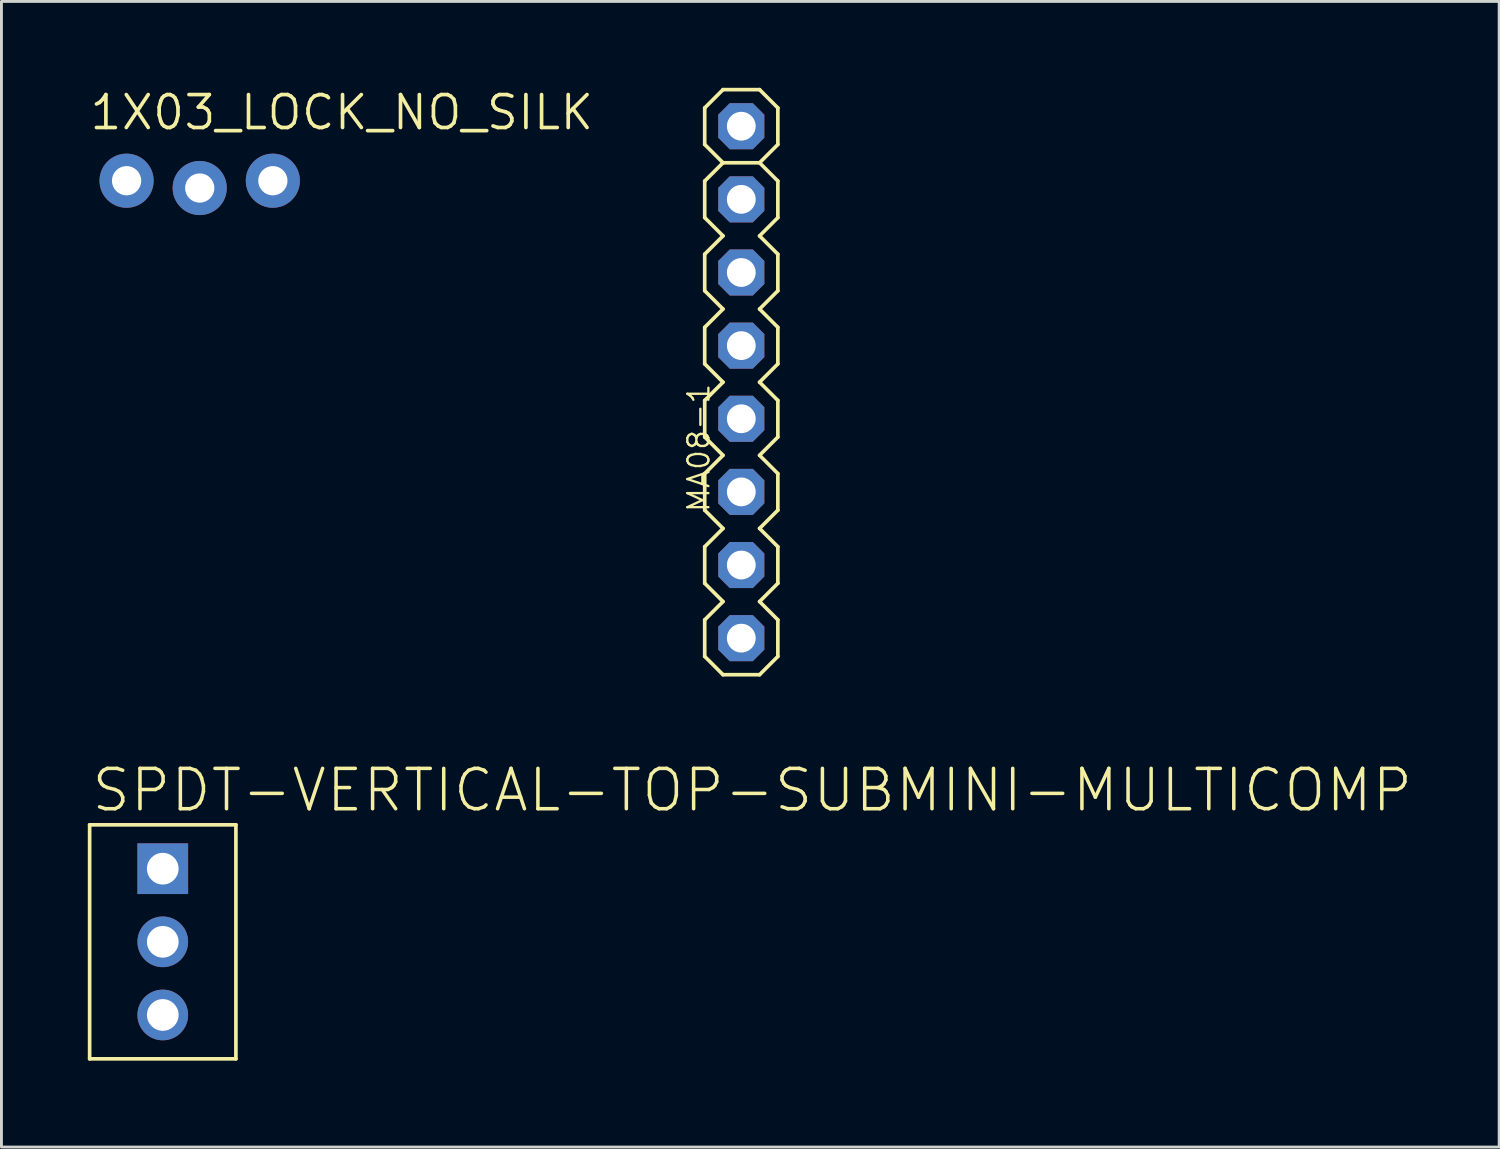
<source format=kicad_pcb>
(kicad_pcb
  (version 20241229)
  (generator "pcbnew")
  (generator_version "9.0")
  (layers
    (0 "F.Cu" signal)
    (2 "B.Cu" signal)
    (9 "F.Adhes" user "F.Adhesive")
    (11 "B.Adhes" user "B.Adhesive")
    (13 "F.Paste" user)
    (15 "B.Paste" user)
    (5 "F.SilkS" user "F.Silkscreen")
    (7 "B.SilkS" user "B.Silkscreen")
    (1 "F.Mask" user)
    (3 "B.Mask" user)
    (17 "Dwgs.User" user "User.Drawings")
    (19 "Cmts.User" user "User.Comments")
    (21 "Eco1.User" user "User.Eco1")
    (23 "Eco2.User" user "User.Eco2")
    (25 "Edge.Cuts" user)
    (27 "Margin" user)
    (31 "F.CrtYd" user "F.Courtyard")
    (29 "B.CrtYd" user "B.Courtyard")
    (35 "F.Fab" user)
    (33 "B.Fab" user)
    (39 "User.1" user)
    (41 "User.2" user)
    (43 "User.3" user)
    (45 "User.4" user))
  (footprint "1X03_LOCK_NO_SILK"
    (layer "F.Cu")
    (at 1.346 3.353)
    (property "Reference" "1X03_LOCK_NO_SILK" (at -1.346 -1.829 0) (layer "F.SilkS") (effects (font (size 1.143 1.143) (thickness 0.127)) (justify left bottom)))
    (fp_poly (pts (xy -0.254 0.254) (xy 0.254 0.254) (xy 0.254 -0.254) (xy -0.254 -0.254)) (stroke (width 0.1) (type solid)) (fill no) (layer "F.Fab"))
    (fp_poly (pts (xy 2.286 0.254) (xy 2.794 0.254) (xy 2.794 -0.254) (xy 2.286 -0.254)) (stroke (width 0.1) (type solid)) (fill no) (layer "F.Fab"))
    (fp_poly (pts (xy 4.826 0.254) (xy 5.334 0.254) (xy 5.334 -0.254) (xy 4.826 -0.254)) (stroke (width 0.1) (type solid)) (fill no) (layer "F.Fab"))
    (pad "1" thru_hole circle (at 0 -0.127 90) (size 1.88 1.88) (drill 1.016) (layers "*.Cu" "*.Mask"))
    (pad "2" thru_hole circle (at 2.54 0.127 90) (size 1.88 1.88) (drill 1.016) (layers "*.Cu" "*.Mask"))
    (pad "3" thru_hole circle (at 5.08 -0.127 90) (size 1.88 1.88) (drill 1.016) (layers "*.Cu" "*.Mask")))
  (footprint "SPDT-VERTICAL-TOP-SUBMINI-MULTICOMP"
    (layer "F.Cu")
    (at 2.603 29.66)
    (property "Reference" "SPDT-VERTICAL-TOP-SUBMINI-MULTICOMP" (at -2.54 -4.445 0) (layer "F.SilkS") (effects (font (size 1.402 1.402) (thickness 0.122)) (justify left bottom)))
    (fp_line (start -2.54 -4.064) (end -2.54 4.064) (stroke (width 0.127) (type solid)) (layer "F.SilkS"))
    (fp_line (start -2.54 4.064) (end 2.54 4.064) (stroke (width 0.127) (type solid)) (layer "F.SilkS"))
    (fp_line (start 2.54 -4.064) (end -2.54 -4.064) (stroke (width 0.127) (type solid)) (layer "F.SilkS"))
    (fp_line (start 2.54 4.064) (end 2.54 -4.064) (stroke (width 0.127) (type solid)) (layer "F.SilkS"))
    (pad "1" thru_hole rect (at 0 -2.54 180) (size 1.76 1.76) (drill 1.1) (layers "*.Cu" "*.Mask"))
    (pad "2" thru_hole circle (at 0 0 180) (size 1.76 1.76) (drill 1.1) (layers "*.Cu" "*.Mask"))
    (pad "3" thru_hole circle (at 0 2.54 180) (size 1.76 1.76) (drill 1.1) (layers "*.Cu" "*.Mask")))
  (footprint "MA08-1"
    (layer "F.Cu")
    (at 22.695 10.223)
    (property "Reference" "MA08-1" (at -1.905 0 90) (layer "F.SilkS") (effects (font (size 0.732 0.732) (thickness 0.081)) (justify right top)))
    (fp_line (start -1.27 -8.255) (end -1.27 -9.525) (stroke (width 0.127) (type solid)) (layer "F.SilkS"))
    (fp_line (start -1.27 -6.985) (end -0.635 -7.62) (stroke (width 0.127) (type solid)) (layer "F.SilkS"))
    (fp_line (start -1.27 -5.715) (end -1.27 -6.985) (stroke (width 0.127) (type solid)) (layer "F.SilkS"))
    (fp_line (start -1.27 -4.445) (end -0.635 -5.08) (stroke (width 0.127) (type solid)) (layer "F.SilkS"))
    (fp_line (start -1.27 -3.175) (end -1.27 -4.445) (stroke (width 0.127) (type solid)) (layer "F.SilkS"))
    (fp_line (start -1.27 -0.635) (end -1.27 -1.905) (stroke (width 0.127) (type solid)) (layer "F.SilkS"))
    (fp_line (start -1.27 1.905) (end -1.27 0.635) (stroke (width 0.127) (type solid)) (layer "F.SilkS"))
    (fp_line (start -1.27 3.175) (end -0.635 2.54) (stroke (width 0.127) (type solid)) (layer "F.SilkS"))
    (fp_line (start -1.27 4.445) (end -1.27 3.175) (stroke (width 0.127) (type solid)) (layer "F.SilkS"))
    (fp_line (start -1.27 5.715) (end -0.635 5.08) (stroke (width 0.127) (type solid)) (layer "F.SilkS"))
    (fp_line (start -1.27 6.985) (end -1.27 5.715) (stroke (width 0.127) (type solid)) (layer "F.SilkS"))
    (fp_line (start -1.27 9.525) (end -1.27 8.255) (stroke (width 0.127) (type solid)) (layer "F.SilkS"))
    (fp_line (start -0.635 -10.16) (end -1.27 -9.525) (stroke (width 0.127) (type solid)) (layer "F.SilkS"))
    (fp_line (start -0.635 -7.62) (end -1.27 -8.255) (stroke (width 0.127) (type solid)) (layer "F.SilkS"))
    (fp_line (start -0.635 -5.08) (end -1.27 -5.715) (stroke (width 0.127) (type solid)) (layer "F.SilkS"))
    (fp_line (start -0.635 -2.54) (end -1.27 -3.175) (stroke (width 0.127) (type solid)) (layer "F.SilkS"))
    (fp_line (start -0.635 -2.54) (end -1.27 -1.905) (stroke (width 0.127) (type solid)) (layer "F.SilkS"))
    (fp_line (start -0.635 0) (end -1.27 -0.635) (stroke (width 0.127) (type solid)) (layer "F.SilkS"))
    (fp_line (start -0.635 0) (end -1.27 0.635) (stroke (width 0.127) (type solid)) (layer "F.SilkS"))
    (fp_line (start -0.635 2.54) (end -1.27 1.905) (stroke (width 0.127) (type solid)) (layer "F.SilkS"))
    (fp_line (start -0.635 5.08) (end -1.27 4.445) (stroke (width 0.127) (type solid)) (layer "F.SilkS"))
    (fp_line (start -0.635 7.62) (end -1.27 6.985) (stroke (width 0.127) (type solid)) (layer "F.SilkS"))
    (fp_line (start -0.635 7.62) (end -1.27 8.255) (stroke (width 0.127) (type solid)) (layer "F.SilkS"))
    (fp_line (start -0.635 10.16) (end -1.27 9.525) (stroke (width 0.127) (type solid)) (layer "F.SilkS"))
    (fp_line (start 0.635 -10.16) (end -0.635 -10.16) (stroke (width 0.127) (type solid)) (layer "F.SilkS"))
    (fp_line (start 0.635 -7.62) (end -0.635 -7.62) (stroke (width 0.127) (type solid)) (layer "F.SilkS"))
    (fp_line (start 0.635 -7.62) (end 1.27 -6.985) (stroke (width 0.127) (type solid)) (layer "F.SilkS"))
    (fp_line (start 0.635 -5.08) (end 1.27 -4.445) (stroke (width 0.127) (type solid)) (layer "F.SilkS"))
    (fp_line (start 0.635 2.54) (end 1.27 3.175) (stroke (width 0.127) (type solid)) (layer "F.SilkS"))
    (fp_line (start 0.635 5.08) (end 1.27 5.715) (stroke (width 0.127) (type solid)) (layer "F.SilkS"))
    (fp_line (start 0.635 10.16) (end -0.635 10.16) (stroke (width 0.127) (type solid)) (layer "F.SilkS"))
    (fp_line (start 1.27 -9.525) (end 0.635 -10.16) (stroke (width 0.127) (type solid)) (layer "F.SilkS"))
    (fp_line (start 1.27 -9.525) (end 1.27 -8.255) (stroke (width 0.127) (type solid)) (layer "F.SilkS"))
    (fp_line (start 1.27 -8.255) (end 0.635 -7.62) (stroke (width 0.127) (type solid)) (layer "F.SilkS"))
    (fp_line (start 1.27 -6.985) (end 1.27 -5.715) (stroke (width 0.127) (type solid)) (layer "F.SilkS"))
    (fp_line (start 1.27 -5.715) (end 0.635 -5.08) (stroke (width 0.127) (type solid)) (layer "F.SilkS"))
    (fp_line (start 1.27 -4.445) (end 1.27 -3.175) (stroke (width 0.127) (type solid)) (layer "F.SilkS"))
    (fp_line (start 1.27 -3.175) (end 0.635 -2.54) (stroke (width 0.127) (type solid)) (layer "F.SilkS"))
    (fp_line (start 1.27 -1.905) (end 0.635 -2.54) (stroke (width 0.127) (type solid)) (layer "F.SilkS"))
    (fp_line (start 1.27 -1.905) (end 1.27 -0.635) (stroke (width 0.127) (type solid)) (layer "F.SilkS"))
    (fp_line (start 1.27 -0.635) (end 0.635 0) (stroke (width 0.127) (type solid)) (layer "F.SilkS"))
    (fp_line (start 1.27 0.635) (end 0.635 0) (stroke (width 0.127) (type solid)) (layer "F.SilkS"))
    (fp_line (start 1.27 0.635) (end 1.27 1.905) (stroke (width 0.127) (type solid)) (layer "F.SilkS"))
    (fp_line (start 1.27 1.905) (end 0.635 2.54) (stroke (width 0.127) (type solid)) (layer "F.SilkS"))
    (fp_line (start 1.27 3.175) (end 1.27 4.445) (stroke (width 0.127) (type solid)) (layer "F.SilkS"))
    (fp_line (start 1.27 4.445) (end 0.635 5.08) (stroke (width 0.127) (type solid)) (layer "F.SilkS"))
    (fp_line (start 1.27 5.715) (end 1.27 6.985) (stroke (width 0.127) (type solid)) (layer "F.SilkS"))
    (fp_line (start 1.27 6.985) (end 0.635 7.62) (stroke (width 0.127) (type solid)) (layer "F.SilkS"))
    (fp_line (start 1.27 8.255) (end 0.635 7.62) (stroke (width 0.127) (type solid)) (layer "F.SilkS"))
    (fp_line (start 1.27 8.255) (end 1.27 9.525) (stroke (width 0.127) (type solid)) (layer "F.SilkS"))
    (fp_line (start 1.27 9.525) (end 0.635 10.16) (stroke (width 0.127) (type solid)) (layer "F.SilkS"))
    (pad "1" thru_hole roundrect (at 0 -8.89) (size 1.6 1.6) (drill 1) (layers "*.Cu" "*.Mask") (roundrect_rratio 0.25) (chamfer_ratio 0.25) (chamfer top_left top_right bottom_left bottom_right))
    (pad "2" thru_hole roundrect (at 0 -6.35) (size 1.6 1.6) (drill 1) (layers "*.Cu" "*.Mask") (roundrect_rratio 0.25) (chamfer_ratio 0.25) (chamfer top_left top_right bottom_left bottom_right))
    (pad "3" thru_hole roundrect (at 0 -3.81) (size 1.6 1.6) (drill 1) (layers "*.Cu" "*.Mask") (roundrect_rratio 0.25) (chamfer_ratio 0.25) (chamfer top_left top_right bottom_left bottom_right))
    (pad "4" thru_hole roundrect (at 0 -1.27) (size 1.6 1.6) (drill 1) (layers "*.Cu" "*.Mask") (roundrect_rratio 0.25) (chamfer_ratio 0.25) (chamfer top_left top_right bottom_left bottom_right))
    (pad "5" thru_hole roundrect (at 0 1.27) (size 1.6 1.6) (drill 1) (layers "*.Cu" "*.Mask") (roundrect_rratio 0.25) (chamfer_ratio 0.25) (chamfer top_left top_right bottom_left bottom_right))
    (pad "6" thru_hole roundrect (at 0 3.81) (size 1.6 1.6) (drill 1) (layers "*.Cu" "*.Mask") (roundrect_rratio 0.25) (chamfer_ratio 0.25) (chamfer top_left top_right bottom_left bottom_right))
    (pad "7" thru_hole roundrect (at 0 6.35) (size 1.6 1.6) (drill 1) (layers "*.Cu" "*.Mask") (roundrect_rratio 0.25) (chamfer_ratio 0.25) (chamfer top_left top_right bottom_left bottom_right))
    (pad "8" thru_hole roundrect (at 0 8.89) (size 1.6 1.6) (drill 1) (layers "*.Cu" "*.Mask") (roundrect_rratio 0.25) (chamfer_ratio 0.25) (chamfer top_left top_right bottom_left bottom_right)))
  (gr_rect
    (start -3 -3)
    (end 49.017 36.787)
    (stroke (width 0.1) (type default))
    (fill no)
    (layer "Edge.Cuts")))
</source>
